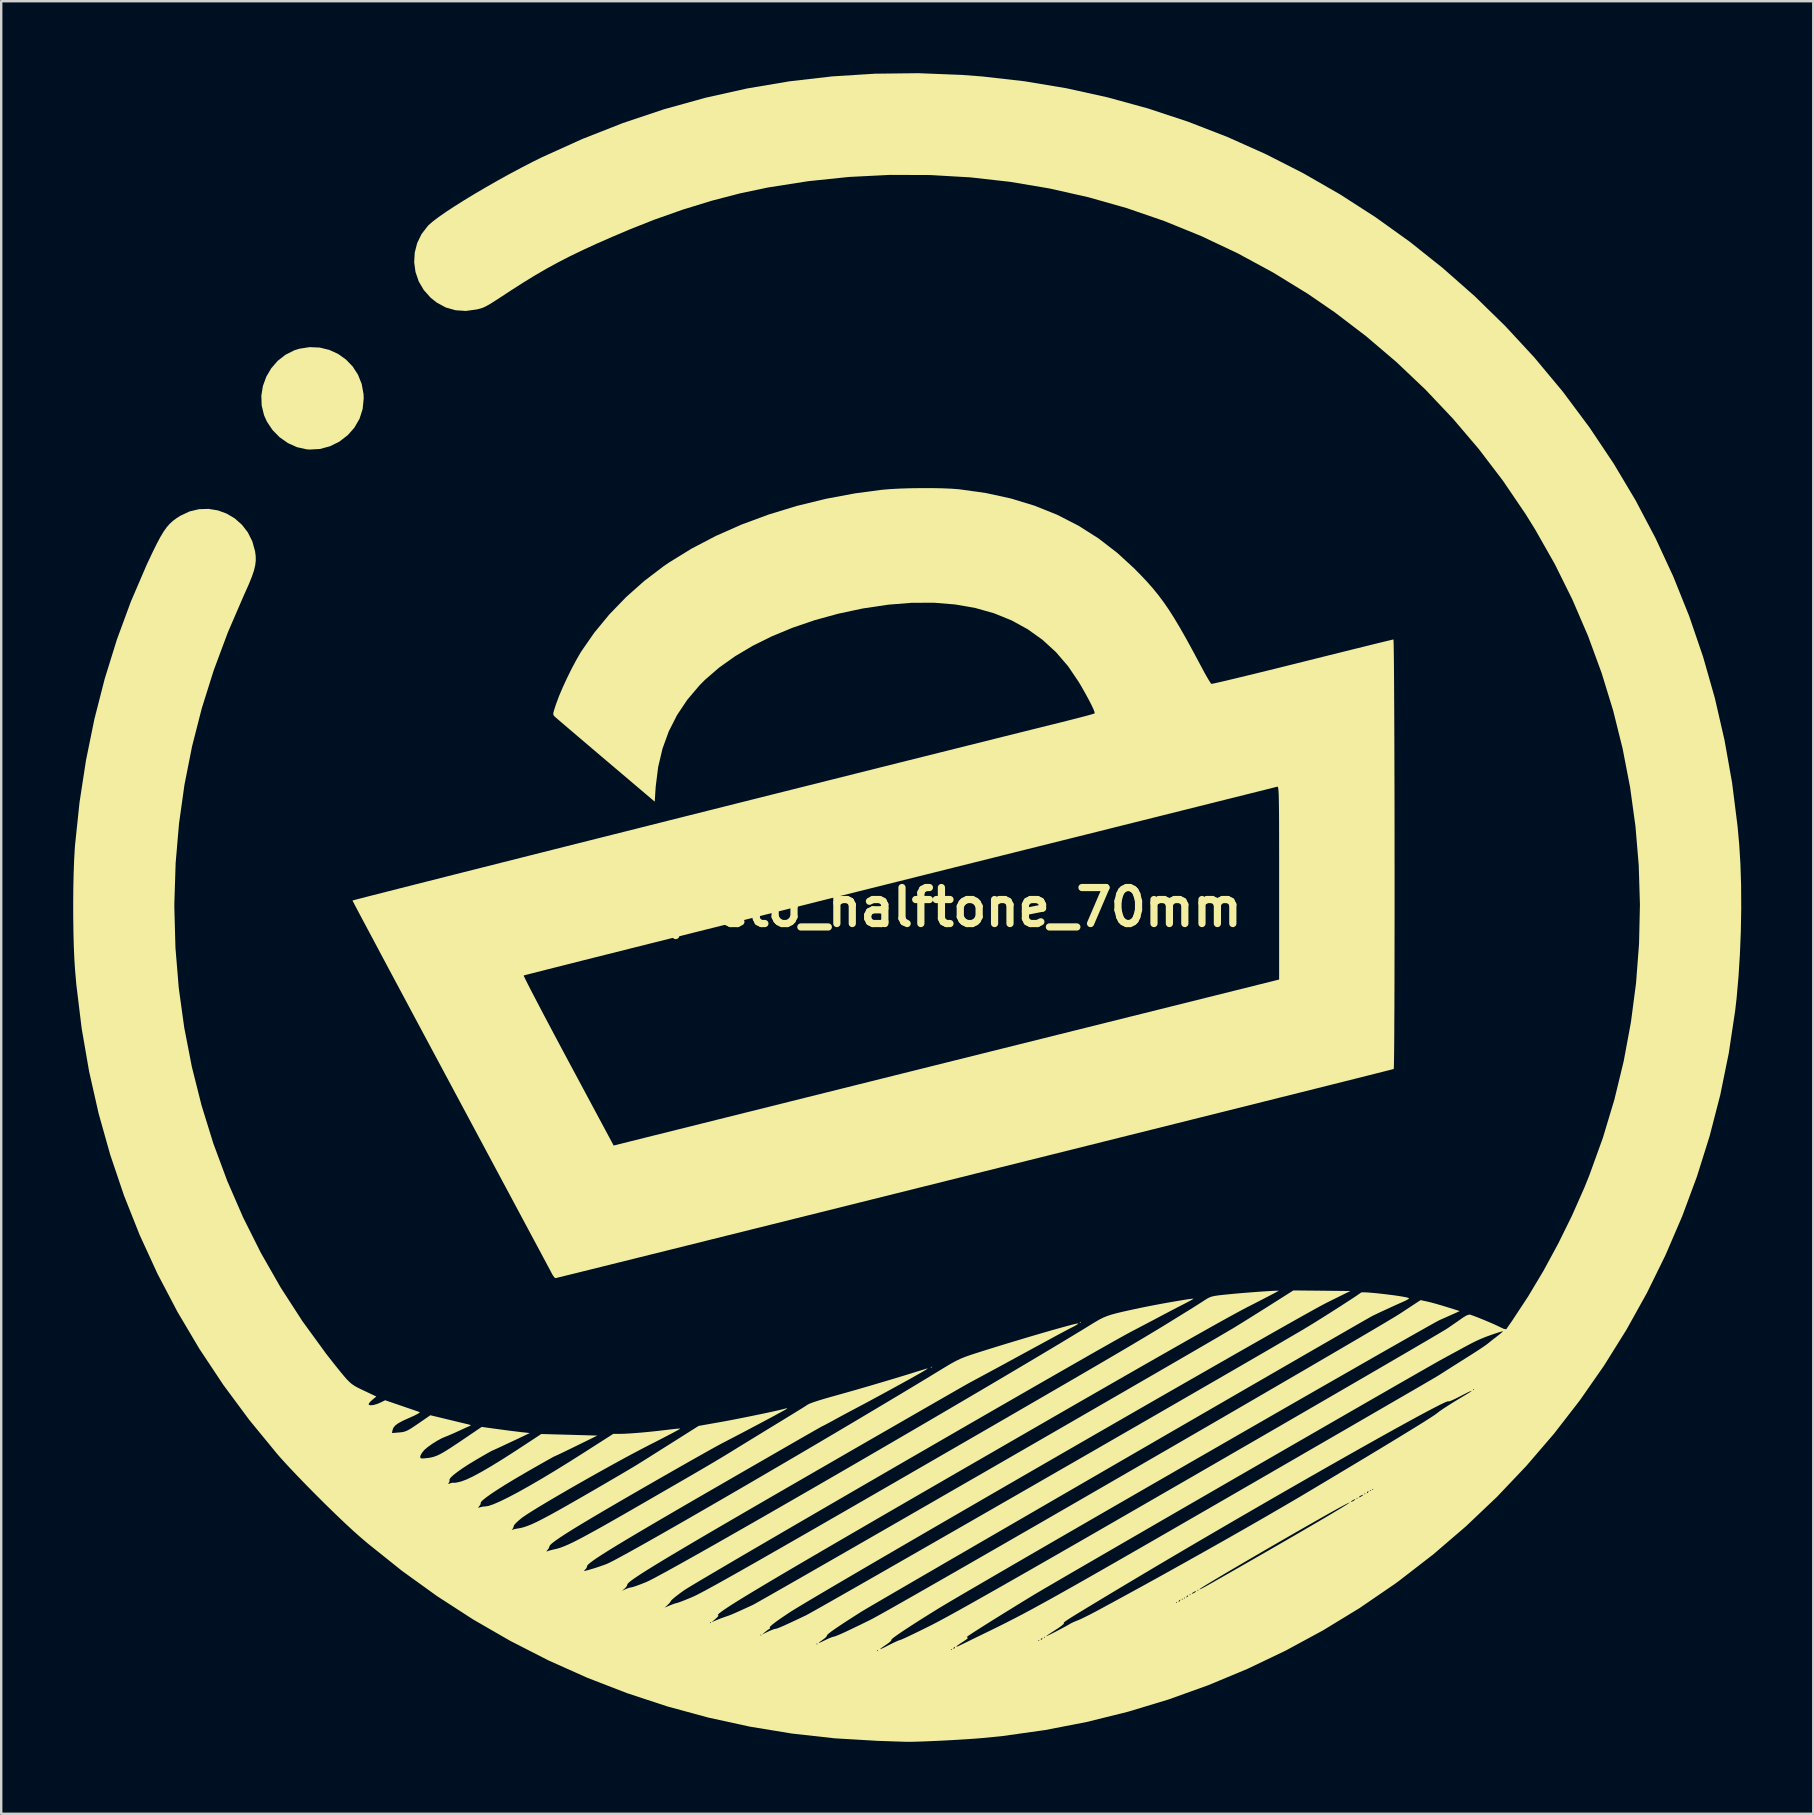
<source format=kicad_pcb>
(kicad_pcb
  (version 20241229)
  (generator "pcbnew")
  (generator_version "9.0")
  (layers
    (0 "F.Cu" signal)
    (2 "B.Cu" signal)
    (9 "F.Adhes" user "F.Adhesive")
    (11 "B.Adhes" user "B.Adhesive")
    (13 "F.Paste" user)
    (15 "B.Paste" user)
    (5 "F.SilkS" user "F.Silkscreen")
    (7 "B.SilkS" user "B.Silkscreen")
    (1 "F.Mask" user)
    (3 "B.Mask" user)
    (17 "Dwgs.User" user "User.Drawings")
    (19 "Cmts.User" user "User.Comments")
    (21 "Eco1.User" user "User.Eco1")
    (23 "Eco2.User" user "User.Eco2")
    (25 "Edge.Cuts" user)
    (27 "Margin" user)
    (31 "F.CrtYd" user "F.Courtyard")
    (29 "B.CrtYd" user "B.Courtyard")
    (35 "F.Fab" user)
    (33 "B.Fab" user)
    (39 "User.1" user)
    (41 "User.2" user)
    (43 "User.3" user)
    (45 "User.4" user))
  (footprint "HL_picto_halftone_70mm"
    (layer "F.Cu")
    (at 34.751 34.756)
    (property "Reference" "HL_picto_halftone_70mm" (at 0 0 0) (layer "F.SilkS") (effects (font (size 1.5 1.5) (thickness 0.3))))
    (attr board_only exclude_from_pos_files exclude_from_bom)
    (fp_poly (pts (xy 1.027 19.167) (xy 1.004 19.19) (xy 0.981 19.167) (xy 1.004 19.143)) (stroke (width 0) (type solid)) (fill yes) (layer "F.SilkS"))
    (fp_poly (pts (xy 7.237 17.299) (xy 7.214 17.322) (xy 7.19 17.299) (xy 7.214 17.276)) (stroke (width 0) (type solid)) (fill yes) (layer "F.SilkS"))
    (fp_poly (pts (xy -24.48 -23.323) (xy -24.081 -23.226) (xy -23.713 -23.058) (xy -23.385 -22.824) (xy -23.105 -22.534) (xy -22.884 -22.193) (xy -22.73 -21.808) (xy -22.653 -21.388) (xy -22.645 -21.206) (xy -22.689 -20.764) (xy -22.82 -20.354) (xy -23.037 -19.981) (xy -23.31 -19.673) (xy -23.661 -19.402) (xy -24.052 -19.209) (xy -24.471 -19.097) (xy -24.903 -19.073) (xy -25.026 -19.083) (xy -25.426 -19.172) (xy -25.804 -19.343) (xy -26.149 -19.585) (xy -26.445 -19.887) (xy -26.679 -20.237) (xy -26.798 -20.503) (xy -26.897 -20.909) (xy -26.911 -21.32) (xy -26.845 -21.723) (xy -26.705 -22.106) (xy -26.499 -22.458) (xy -26.232 -22.766) (xy -25.91 -23.02) (xy -25.539 -23.207) (xy -25.332 -23.273) (xy -24.9 -23.341)) (stroke (width 0) (type solid)) (fill yes) (layer "F.SilkS"))
    (fp_poly (pts (xy 1.035 -17.466) (xy 1.466 -17.458) (xy 1.85 -17.442) (xy 2.164 -17.418) (xy 2.171 -17.417) (xy 3.274 -17.263) (xy 4.32 -17.035) (xy 5.31 -16.733) (xy 6.248 -16.356) (xy 7.134 -15.903) (xy 7.97 -15.373) (xy 8.758 -14.766) (xy 9.457 -14.124) (xy 9.747 -13.829) (xy 10.01 -13.55) (xy 10.251 -13.275) (xy 10.478 -12.996) (xy 10.697 -12.702) (xy 10.915 -12.384) (xy 11.139 -12.031) (xy 11.375 -11.635) (xy 11.631 -11.185) (xy 11.912 -10.671) (xy 12.226 -10.083) (xy 12.259 -10.022) (xy 12.383 -9.79) (xy 12.496 -9.589) (xy 12.589 -9.433) (xy 12.654 -9.334) (xy 12.678 -9.308) (xy 12.731 -9.316) (xy 12.867 -9.345) (xy 13.08 -9.394) (xy 13.363 -9.46) (xy 13.71 -9.543) (xy 14.113 -9.641) (xy 14.566 -9.751) (xy 15.063 -9.873) (xy 15.595 -10.004) (xy 16.156 -10.144) (xy 16.474 -10.223) (xy 17.049 -10.367) (xy 17.598 -10.504) (xy 18.114 -10.632) (xy 18.591 -10.751) (xy 19.022 -10.857) (xy 19.4 -10.951) (xy 19.718 -11.029) (xy 19.97 -11.09) (xy 20.148 -11.133) (xy 20.246 -11.156) (xy 20.264 -11.159) (xy 20.268 -11.113) (xy 20.273 -10.98) (xy 20.277 -10.764) (xy 20.281 -10.471) (xy 20.285 -10.107) (xy 20.289 -9.677) (xy 20.292 -9.186) (xy 20.295 -8.641) (xy 20.298 -8.046) (xy 20.301 -7.408) (xy 20.303 -6.731) (xy 20.305 -6.022) (xy 20.307 -5.285) (xy 20.309 -4.526) (xy 20.31 -3.752) (xy 20.311 -2.966) (xy 20.311 -2.175) (xy 20.312 -1.384) (xy 20.312 -0.6) (xy 20.312 0.174) (xy 20.311 0.931) (xy 20.31 1.666) (xy 20.309 2.372) (xy 20.308 3.046) (xy 20.306 3.681) (xy 20.304 4.271) (xy 20.301 4.812) (xy 20.299 5.297) (xy 20.296 5.721) (xy 20.292 6.08) (xy 20.288 6.366) (xy 20.284 6.575) (xy 20.28 6.701) (xy 20.276 6.739) (xy 20.228 6.752) (xy 20.094 6.786) (xy 19.876 6.841) (xy 19.579 6.916) (xy 19.207 7.01) (xy 18.763 7.122) (xy 18.251 7.25) (xy 17.675 7.395) (xy 17.039 7.554) (xy 16.345 7.728) (xy 15.599 7.914) (xy 14.804 8.113) (xy 13.964 8.323) (xy 13.082 8.544) (xy 12.162 8.774) (xy 11.209 9.012) (xy 10.225 9.258) (xy 9.214 9.51) (xy 8.181 9.768) (xy 7.129 10.031) (xy 6.063 10.297) (xy 4.984 10.566) (xy 3.898 10.837) (xy 2.809 11.109) (xy 1.719 11.381) (xy 0.633 11.652) (xy -0.445 11.921) (xy -1.512 12.187) (xy -2.564 12.449) (xy -3.596 12.707) (xy -4.607 12.958) (xy -5.591 13.204) (xy -6.544 13.441) (xy -7.464 13.67) (xy -8.346 13.89) (xy -9.186 14.099) (xy -9.981 14.297) (xy -10.727 14.482) (xy -11.42 14.655) (xy -12.057 14.813) (xy -12.633 14.956) (xy -13.145 15.083) (xy -13.588 15.193) (xy -13.961 15.285) (xy -14.257 15.358) (xy -14.475 15.411) (xy -14.609 15.444) (xy -14.656 15.455) (xy -14.706 15.417) (xy -14.772 15.322) (xy -14.796 15.28) (xy -14.827 15.221) (xy -14.899 15.084) (xy -15.012 14.873) (xy -15.162 14.593) (xy -15.347 14.246) (xy -15.566 13.838) (xy -15.815 13.373) (xy -16.092 12.855) (xy -16.396 12.287) (xy -16.724 11.675) (xy -17.074 11.022) (xy -17.443 10.332) (xy -17.83 9.61) (xy -18.232 8.86) (xy -18.647 8.085) (xy -18.999 7.428) (xy -19.421 6.639) (xy -19.832 5.873) (xy -20.228 5.132) (xy -20.609 4.421) (xy -20.97 3.745) (xy -21.311 3.107) (xy -21.452 2.844) (xy -15.978 2.844) (xy -15.962 2.888) (xy -15.904 3.009) (xy -15.808 3.2) (xy -15.678 3.455) (xy -15.515 3.768) (xy -15.324 4.134) (xy -15.108 4.546) (xy -14.869 4.997) (xy -14.611 5.483) (xy -14.337 5.998) (xy -14.121 6.401) (xy -12.23 9.929) (xy 1.635 6.47) (xy 15.501 3.012) (xy 15.501 -1.019) (xy 15.501 -1.725) (xy 15.501 -2.344) (xy 15.5 -2.881) (xy 15.499 -3.342) (xy 15.498 -3.733) (xy 15.495 -4.059) (xy 15.492 -4.325) (xy 15.488 -4.539) (xy 15.483 -4.705) (xy 15.476 -4.829) (xy 15.469 -4.918) (xy 15.46 -4.976) (xy 15.449 -5.009) (xy 15.437 -5.024) (xy 15.423 -5.025) (xy 15.42 -5.024) (xy 15.369 -5.011) (xy 15.23 -4.976) (xy 15.008 -4.92) (xy 14.705 -4.844) (xy 14.324 -4.749) (xy 13.87 -4.635) (xy 13.344 -4.504) (xy 12.751 -4.355) (xy 12.094 -4.191) (xy 11.375 -4.011) (xy 10.599 -3.817) (xy 9.768 -3.609) (xy 8.886 -3.389) (xy 7.957 -3.156) (xy 6.982 -2.913) (xy 5.967 -2.659) (xy 4.913 -2.396) (xy 3.825 -2.124) (xy 2.705 -1.844) (xy 1.557 -1.557) (xy 0.384 -1.264) (xy -0.303 -1.092) (xy -1.489 -0.796) (xy -2.651 -0.506) (xy -3.786 -0.222) (xy -4.892 0.055) (xy -5.964 0.323) (xy -7.001 0.582) (xy -7.997 0.832) (xy -8.951 1.071) (xy -9.859 1.299) (xy -10.717 1.514) (xy -11.523 1.716) (xy -12.273 1.905) (xy -12.963 2.078) (xy -13.591 2.236) (xy -14.153 2.378) (xy -14.646 2.503) (xy -15.067 2.609) (xy -15.412 2.697) (xy -15.679 2.765) (xy -15.863 2.812) (xy -15.961 2.838) (xy -15.978 2.844) (xy -21.452 2.844) (xy -21.63 2.511) (xy -21.923 1.961) (xy -22.189 1.462) (xy -22.426 1.017) (xy -22.632 0.631) (xy -22.804 0.308) (xy -22.94 0.051) (xy -23.038 -0.136) (xy -23.096 -0.247) (xy -23.112 -0.28) (xy -23.067 -0.293) (xy -22.936 -0.328) (xy -22.722 -0.384) (xy -22.43 -0.459) (xy -22.062 -0.553) (xy -21.624 -0.664) (xy -21.119 -0.793) (xy -20.552 -0.937) (xy -19.925 -1.095) (xy -19.243 -1.268) (xy -18.511 -1.453) (xy -17.731 -1.65) (xy -16.909 -1.857) (xy -16.047 -2.075) (xy -15.15 -2.301) (xy -14.222 -2.535) (xy -13.267 -2.775) (xy -12.289 -3.021) (xy -11.291 -3.272) (xy -10.279 -3.527) (xy -9.254 -3.785) (xy -8.223 -4.044) (xy -7.188 -4.304) (xy -6.153 -4.564) (xy -5.124 -4.822) (xy -4.102 -5.078) (xy -3.093 -5.331) (xy -2.101 -5.58) (xy -1.129 -5.824) (xy -0.181 -6.061) (xy 0.739 -6.291) (xy 1.626 -6.513) (xy 2.477 -6.726) (xy 3.288 -6.928) (xy 4.055 -7.12) (xy 4.774 -7.299) (xy 5.44 -7.465) (xy 6.051 -7.617) (xy 6.327 -7.685) (xy 6.681 -7.774) (xy 7.006 -7.857) (xy 7.292 -7.931) (xy 7.526 -7.993) (xy 7.698 -8.041) (xy 7.796 -8.072) (xy 7.814 -8.08) (xy 7.81 -8.135) (xy 7.762 -8.258) (xy 7.677 -8.438) (xy 7.56 -8.664) (xy 7.417 -8.926) (xy 7.255 -9.211) (xy 7.152 -9.385) (xy 6.707 -10.044) (xy 6.203 -10.63) (xy 5.641 -11.145) (xy 5.023 -11.586) (xy 4.35 -11.955) (xy 3.622 -12.25) (xy 2.841 -12.471) (xy 2.007 -12.617) (xy 1.123 -12.69) (xy 0.188 -12.687) (xy -0.795 -12.608) (xy -1.826 -12.454) (xy -1.872 -12.446) (xy -2.881 -12.23) (xy -3.848 -11.964) (xy -4.767 -11.651) (xy -5.632 -11.293) (xy -6.436 -10.895) (xy -7.172 -10.458) (xy -7.836 -9.986) (xy -8.419 -9.482) (xy -8.654 -9.245) (xy -9.164 -8.643) (xy -9.59 -8.005) (xy -9.933 -7.329) (xy -10.194 -6.611) (xy -10.375 -5.846) (xy -10.477 -5.033) (xy -10.485 -4.92) (xy -10.518 -4.401) (xy -12.555 -6.128) (xy -12.932 -6.448) (xy -13.289 -6.752) (xy -13.621 -7.034) (xy -13.919 -7.288) (xy -14.178 -7.509) (xy -14.391 -7.691) (xy -14.551 -7.828) (xy -14.652 -7.915) (xy -14.684 -7.944) (xy -14.724 -7.986) (xy -14.745 -8.031) (xy -14.743 -8.096) (xy -14.716 -8.202) (xy -14.663 -8.367) (xy -14.621 -8.491) (xy -14.506 -8.8) (xy -14.352 -9.161) (xy -14.174 -9.548) (xy -13.983 -9.935) (xy -13.791 -10.296) (xy -13.613 -10.605) (xy -13.588 -10.646) (xy -13.041 -11.436) (xy -12.413 -12.198) (xy -11.714 -12.922) (xy -10.953 -13.598) (xy -10.143 -14.215) (xy -9.922 -14.366) (xy -8.984 -14.944) (xy -7.974 -15.472) (xy -6.901 -15.947) (xy -5.774 -16.364) (xy -4.601 -16.723) (xy -3.392 -17.019) (xy -2.153 -17.25) (xy -1.051 -17.396) (xy -0.718 -17.424) (xy -0.32 -17.446) (xy 0.119 -17.46) (xy 0.578 -17.466)) (stroke (width 0) (type solid)) (fill yes) (layer "F.SilkS"))
    (fp_poly (pts (xy 2.287 -34.684) (xy 3.128 -34.62) (xy 4.89 -34.42) (xy 6.632 -34.129) (xy 8.353 -33.749) (xy 10.048 -33.283) (xy 11.715 -32.731) (xy 13.351 -32.096) (xy 14.952 -31.379) (xy 16.516 -30.582) (xy 18.038 -29.707) (xy 19.516 -28.756) (xy 20.947 -27.73) (xy 22.327 -26.63) (xy 23.654 -25.46) (xy 24.923 -24.22) (xy 26.133 -22.912) (xy 27.279 -21.538) (xy 27.358 -21.438) (xy 28.438 -19.988) (xy 29.436 -18.496) (xy 30.351 -16.962) (xy 31.182 -15.387) (xy 31.929 -13.774) (xy 32.591 -12.124) (xy 33.167 -10.438) (xy 33.657 -8.718) (xy 34.06 -6.966) (xy 34.377 -5.182) (xy 34.605 -3.368) (xy 34.673 -2.615) (xy 34.724 -1.787) (xy 34.752 -0.892) (xy 34.757 0.048) (xy 34.74 1.012) (xy 34.701 1.976) (xy 34.641 2.919) (xy 34.561 3.817) (xy 34.503 4.319) (xy 34.237 6.084) (xy 33.882 7.825) (xy 33.439 9.539) (xy 32.91 11.224) (xy 32.297 12.876) (xy 31.602 14.493) (xy 30.827 16.071) (xy 29.972 17.608) (xy 29.04 19.1) (xy 28.033 20.546) (xy 26.952 21.941) (xy 25.799 23.283) (xy 24.577 24.57) (xy 23.285 25.797) (xy 21.927 26.963) (xy 20.504 28.064) (xy 20.311 28.205) (xy 18.85 29.205) (xy 17.339 30.127) (xy 15.782 30.971) (xy 14.185 31.735) (xy 12.551 32.416) (xy 10.886 33.014) (xy 9.193 33.526) (xy 7.477 33.951) (xy 5.743 34.287) (xy 3.996 34.533) (xy 3.128 34.62) (xy 2.851 34.642) (xy 2.522 34.665) (xy 2.159 34.688) (xy 1.776 34.71) (xy 1.389 34.73) (xy 1.016 34.747) (xy 0.67 34.761) (xy 0.369 34.771) (xy 0.128 34.777) (xy -0.037 34.777) (xy -0.047 34.776) (xy -0.157 34.772) (xy -0.343 34.766) (xy -0.587 34.758) (xy -0.87 34.748) (xy -1.176 34.738) (xy -1.237 34.736) (xy -3.027 34.63) (xy -4.8 34.432) (xy -6.554 34.144) (xy -8.286 33.766) (xy -9.994 33.301) (xy -11.674 32.748) (xy -13.325 32.109) (xy -14.944 31.385) (xy -15.737 30.98) (xy -1.261 30.98) (xy -1.237 31.003) (xy -1.214 30.98) (xy -1.237 30.956) (xy -1.261 30.98) (xy -15.737 30.98) (xy -15.829 30.933) (xy 1.821 30.933) (xy 1.844 30.956) (xy 1.868 30.933) (xy 1.844 30.91) (xy 1.821 30.933) (xy -15.829 30.933) (xy -16.286 30.699) (xy -3.782 30.699) (xy -3.759 30.723) (xy -3.735 30.699) (xy -3.759 30.676) (xy -3.782 30.699) (xy -16.286 30.699) (xy -16.527 30.576) (xy -16.962 30.326) (xy -6.117 30.326) (xy -6.093 30.349) (xy -6.07 30.326) (xy -6.093 30.303) (xy -6.117 30.326) (xy -16.962 30.326) (xy -17.853 29.812) (xy -8.218 29.812) (xy -8.194 29.836) (xy -8.171 29.812) (xy -8.194 29.789) (xy -8.218 29.812) (xy -17.853 29.812) (xy -18.074 29.685) (xy -19.58 28.711) (xy -21.045 27.656) (xy -22.464 26.521) (xy -22.785 26.247) (xy -23.083 25.983) (xy -23.429 25.662) (xy -23.81 25.299) (xy -24.213 24.907) (xy -24.623 24.499) (xy -25.027 24.09) (xy -25.412 23.692) (xy -25.764 23.32) (xy -26.07 22.987) (xy -26.247 22.785) (xy -27.413 21.364) (xy -28.496 19.901) (xy -29.494 18.398) (xy -30.407 16.857) (xy -31.236 15.277) (xy -31.979 13.66) (xy -32.636 12.007) (xy -33.206 10.319) (xy -33.691 8.596) (xy -34.088 6.841) (xy -34.397 5.053) (xy -34.619 3.235) (xy -34.673 2.615) (xy -34.703 2.158) (xy -34.726 1.63) (xy -34.741 1.049) (xy -34.75 0.436) (xy -34.751 -0.189) (xy -34.746 -0.808) (xy -34.733 -1.401) (xy -34.713 -1.947) (xy -34.686 -2.427) (xy -34.674 -2.591) (xy -34.487 -4.371) (xy -34.218 -6.122) (xy -33.868 -7.838) (xy -33.439 -9.516) (xy -32.931 -11.152) (xy -32.346 -12.741) (xy -31.685 -14.279) (xy -31.64 -14.375) (xy -31.441 -14.797) (xy -31.27 -15.143) (xy -31.121 -15.424) (xy -30.985 -15.651) (xy -30.856 -15.833) (xy -30.727 -15.981) (xy -30.589 -16.106) (xy -30.436 -16.218) (xy -30.285 -16.314) (xy -29.901 -16.494) (xy -29.506 -16.588) (xy -29.11 -16.601) (xy -28.723 -16.538) (xy -28.356 -16.404) (xy -28.019 -16.203) (xy -27.721 -15.941) (xy -27.474 -15.622) (xy -27.288 -15.251) (xy -27.172 -14.834) (xy -27.172 -14.834) (xy -27.146 -14.636) (xy -27.143 -14.446) (xy -27.166 -14.25) (xy -27.218 -14.032) (xy -27.304 -13.779) (xy -27.426 -13.476) (xy -27.59 -13.108) (xy -27.626 -13.03) (xy -28.307 -11.452) (xy -28.895 -9.874) (xy -29.392 -8.293) (xy -29.798 -6.703) (xy -30.115 -5.101) (xy -30.342 -3.482) (xy -30.482 -1.844) (xy -30.535 -0.18) (xy -30.536 0.012) (xy -30.49 1.692) (xy -30.352 3.361) (xy -30.124 5.014) (xy -29.807 6.647) (xy -29.402 8.258) (xy -28.911 9.843) (xy -28.334 11.398) (xy -27.673 12.92) (xy -26.929 14.405) (xy -26.103 15.85) (xy -25.197 17.251) (xy -24.212 18.604) (xy -23.895 19.008) (xy -23.676 19.282) (xy -23.503 19.493) (xy -23.364 19.655) (xy -23.245 19.777) (xy -23.135 19.871) (xy -23.021 19.948) (xy -22.891 20.02) (xy -22.732 20.098) (xy -22.637 20.143) (xy -22.119 20.387) (xy -22.294 20.531) (xy -22.39 20.624) (xy -22.439 20.7) (xy -22.439 20.725) (xy -22.37 20.754) (xy -22.243 20.743) (xy -22.079 20.696) (xy -21.93 20.632) (xy -21.752 20.543) (xy -21.066 20.778) (xy -20.825 20.861) (xy -20.611 20.934) (xy -20.443 20.992) (xy -20.337 21.029) (xy -20.312 21.038) (xy -20.323 21.065) (xy -20.409 21.118) (xy -20.555 21.192) (xy -20.727 21.268) (xy -21.002 21.392) (xy -21.199 21.497) (xy -21.331 21.594) (xy -21.409 21.691) (xy -21.445 21.791) (xy -21.467 21.91) (xy -21.172 21.886) (xy -21.045 21.873) (xy -20.938 21.849) (xy -20.83 21.806) (xy -20.701 21.735) (xy -20.532 21.624) (xy -20.372 21.516) (xy -19.867 21.168) (xy -19.12 21.348) (xy -18.86 21.411) (xy -18.624 21.468) (xy -18.432 21.514) (xy -18.3 21.545) (xy -18.256 21.556) (xy -18.185 21.581) (xy -18.204 21.606) (xy -18.21 21.608) (xy -18.28 21.638) (xy -18.413 21.697) (xy -18.587 21.777) (xy -18.7 21.829) (xy -18.893 21.917) (xy -19.067 21.993) (xy -19.195 22.046) (xy -19.237 22.061) (xy -19.391 22.126) (xy -19.587 22.233) (xy -19.793 22.362) (xy -19.979 22.495) (xy -20.116 22.612) (xy -20.121 22.617) (xy -20.217 22.735) (xy -20.278 22.845) (xy -20.289 22.884) (xy -20.286 22.939) (xy -20.255 22.965) (xy -20.173 22.969) (xy -20.021 22.955) (xy -20.019 22.955) (xy -19.876 22.936) (xy -19.743 22.905) (xy -19.606 22.857) (xy -19.453 22.785) (xy -19.271 22.682) (xy -19.048 22.542) (xy -18.77 22.359) (xy -18.538 22.203) (xy -17.728 21.654) (xy -17.023 21.751) (xy -16.748 21.788) (xy -16.479 21.823) (xy -16.241 21.852) (xy -16.061 21.874) (xy -16.021 21.878) (xy -15.723 21.909) (xy -15.997 22.04) (xy -16.218 22.145) (xy -16.453 22.256) (xy -16.686 22.365) (xy -16.901 22.466) (xy -17.084 22.55) (xy -17.219 22.612) (xy -17.29 22.643) (xy -17.297 22.645) (xy -17.34 22.667) (xy -17.45 22.729) (xy -17.613 22.822) (xy -17.814 22.938) (xy -17.956 23.021) (xy -18.256 23.202) (xy -18.522 23.375) (xy -18.746 23.533) (xy -18.919 23.669) (xy -19.031 23.777) (xy -19.073 23.85) (xy -19.07 23.865) (xy -19.072 23.934) (xy -19.1 23.979) (xy -19.129 24.025) (xy -19.093 24.023) (xy -19.038 24.004) (xy -18.943 23.978) (xy -18.896 23.982) (xy -18.842 23.983) (xy -18.724 23.962) (xy -18.576 23.925) (xy -18.367 23.848) (xy -18.087 23.716) (xy -17.739 23.528) (xy -17.327 23.288) (xy -16.851 22.995) (xy -16.316 22.653) (xy -16.155 22.547) (xy -15.245 21.95) (xy -14.077 21.982) (xy -12.91 22.015) (xy -13.789 22.447) (xy -14.052 22.575) (xy -14.286 22.689) (xy -14.478 22.781) (xy -14.616 22.845) (xy -14.687 22.877) (xy -14.693 22.879) (xy -14.738 22.901) (xy -14.854 22.965) (xy -15.03 23.064) (xy -15.257 23.192) (xy -15.525 23.345) (xy -15.824 23.516) (xy -15.953 23.591) (xy -16.366 23.833) (xy -16.738 24.058) (xy -17.062 24.263) (xy -17.333 24.442) (xy -17.545 24.593) (xy -17.691 24.712) (xy -17.765 24.793) (xy -17.77 24.828) (xy -17.776 24.878) (xy -17.824 24.947) (xy -17.877 25.012) (xy -17.858 25.022) (xy -17.789 25.001) (xy -17.667 24.974) (xy -17.591 24.969) (xy -17.451 24.949) (xy -17.239 24.877) (xy -16.96 24.756) (xy -16.617 24.588) (xy -16.215 24.376) (xy -15.759 24.121) (xy -15.251 23.826) (xy -14.697 23.494) (xy -14.101 23.126) (xy -13.467 22.725) (xy -13.442 22.709) (xy -12.247 21.945) (xy -11.972 21.944) (xy -11.748 21.938) (xy -11.453 21.92) (xy -11.107 21.893) (xy -10.733 21.858) (xy -10.351 21.817) (xy -10.021 21.778) (xy -9.805 21.752) (xy -9.626 21.733) (xy -9.501 21.723) (xy -9.45 21.724) (xy -9.45 21.724) (xy -9.486 21.749) (xy -9.595 21.81) (xy -9.768 21.903) (xy -9.996 22.023) (xy -10.267 22.164) (xy -10.574 22.321) (xy -10.751 22.411) (xy -11.095 22.589) (xy -11.481 22.793) (xy -11.901 23.02) (xy -12.345 23.264) (xy -12.803 23.518) (xy -13.267 23.779) (xy -13.726 24.039) (xy -14.171 24.295) (xy -14.593 24.54) (xy -14.982 24.769) (xy -15.329 24.977) (xy -15.624 25.159) (xy -15.858 25.308) (xy -16.022 25.42) (xy -16.05 25.441) (xy -16.2 25.564) (xy -16.316 25.673) (xy -16.38 25.752) (xy -16.389 25.774) (xy -16.419 25.871) (xy -16.447 25.911) (xy -16.48 25.954) (xy -16.448 25.942) (xy -16.362 25.912) (xy -16.253 25.892) (xy -16.121 25.87) (xy -15.981 25.835) (xy -15.826 25.783) (xy -15.646 25.711) (xy -15.436 25.613) (xy -15.186 25.487) (xy -14.889 25.329) (xy -14.537 25.135) (xy -14.122 24.901) (xy -13.637 24.623) (xy -13.54 24.568) (xy -13.137 24.335) (xy -12.742 24.106) (xy -12.367 23.887) (xy -12.021 23.685) (xy -11.717 23.506) (xy -11.464 23.356) (xy -11.274 23.242) (xy -11.183 23.185) (xy -11.008 23.076) (xy -10.772 22.928) (xy -10.494 22.752) (xy -10.19 22.56) (xy -9.878 22.364) (xy -9.702 22.253) (xy -8.689 21.613) (xy -7.788 21.453) (xy -7.516 21.404) (xy -7.204 21.344) (xy -6.867 21.278) (xy -6.52 21.208) (xy -6.178 21.137) (xy -5.856 21.07) (xy -5.568 21.008) (xy -5.332 20.954) (xy -5.16 20.913) (xy -5.08 20.891) (xy -5.011 20.879) (xy -4.996 20.886) (xy -5.036 20.913) (xy -5.15 20.978) (xy -5.328 21.076) (xy -5.562 21.203) (xy -5.842 21.353) (xy -6.159 21.522) (xy -6.505 21.705) (xy -6.869 21.897) (xy -7.244 22.093) (xy -7.619 22.288) (xy -7.681 22.319) (xy -7.831 22.4) (xy -8.054 22.522) (xy -8.341 22.682) (xy -8.684 22.875) (xy -9.074 23.095) (xy -9.503 23.339) (xy -9.963 23.601) (xy -10.445 23.877) (xy -10.941 24.162) (xy -11.276 24.355) (xy -11.953 24.747) (xy -12.551 25.096) (xy -13.074 25.404) (xy -13.524 25.673) (xy -13.905 25.905) (xy -14.22 26.102) (xy -14.471 26.266) (xy -14.662 26.399) (xy -14.797 26.502) (xy -14.877 26.578) (xy -14.907 26.63) (xy -14.907 26.637) (xy -14.93 26.705) (xy -14.98 26.774) (xy -15.031 26.837) (xy -15.015 26.845) (xy -14.965 26.826) (xy -14.858 26.793) (xy -14.714 26.758) (xy -14.684 26.752) (xy -14.568 26.724) (xy -14.438 26.684) (xy -14.291 26.628) (xy -14.119 26.554) (xy -13.916 26.458) (xy -13.677 26.337) (xy -13.395 26.188) (xy -13.065 26.007) (xy -12.679 25.793) (xy -12.233 25.54) (xy -11.72 25.247) (xy -11.134 24.909) (xy -11.013 24.84) (xy -10.448 24.513) (xy -9.956 24.229) (xy -9.53 23.983) (xy -9.162 23.77) (xy -8.845 23.586) (xy -8.572 23.427) (xy -8.334 23.287) (xy -8.124 23.164) (xy -7.935 23.051) (xy -7.759 22.946) (xy -7.588 22.843) (xy -7.416 22.738) (xy -7.234 22.626) (xy -7.074 22.527) (xy -6.864 22.398) (xy -6.599 22.236) (xy -6.302 22.054) (xy -5.998 21.868) (xy -5.743 21.712) (xy -5.356 21.476) (xy -5.04 21.283) (xy -4.787 21.128) (xy -4.589 21.006) (xy -4.437 20.912) (xy -4.323 20.841) (xy -4.238 20.787) (xy -4.175 20.745) (xy -4.143 20.723) (xy -4.057 20.682) (xy -3.898 20.623) (xy -3.683 20.553) (xy -3.428 20.475) (xy -3.162 20.4) (xy -2.684 20.266) (xy -2.148 20.114) (xy -1.58 19.949) (xy -1.011 19.781) (xy -0.466 19.618) (xy 0.024 19.469) (xy 0.159 19.427) (xy 0.385 19.356) (xy 0.588 19.294) (xy 0.747 19.245) (xy 0.838 19.218) (xy 0.84 19.218) (xy 0.85 19.225) (xy 0.778 19.275) (xy 0.624 19.367) (xy 0.389 19.501) (xy 0.074 19.678) (xy -0.32 19.895) (xy -0.35 19.911) (xy -0.736 20.123) (xy -1.057 20.298) (xy -1.327 20.444) (xy -1.563 20.572) (xy -1.78 20.688) (xy -1.995 20.802) (xy -2.124 20.871) (xy -2.38 21.006) (xy -2.652 21.152) (xy -2.906 21.289) (xy -3.093 21.392) (xy -3.268 21.487) (xy -3.41 21.563) (xy -3.501 21.609) (xy -3.524 21.618) (xy -3.567 21.641) (xy -3.685 21.708) (xy -3.874 21.815) (xy -4.128 21.96) (xy -4.442 22.14) (xy -4.811 22.352) (xy -5.23 22.593) (xy -5.693 22.86) (xy -6.196 23.15) (xy -6.734 23.459) (xy -7.3 23.786) (xy -7.89 24.127) (xy -8.024 24.204) (xy -8.827 24.668) (xy -9.551 25.088) (xy -10.201 25.467) (xy -10.779 25.806) (xy -11.289 26.107) (xy -11.734 26.372) (xy -12.116 26.603) (xy -12.44 26.802) (xy -12.709 26.972) (xy -12.926 27.113) (xy -13.093 27.229) (xy -13.215 27.321) (xy -13.295 27.391) (xy -13.335 27.441) (xy -13.341 27.47) (xy -13.36 27.535) (xy -13.42 27.602) (xy -13.464 27.642) (xy -13.459 27.656) (xy -13.392 27.645) (xy -13.251 27.608) (xy -13.214 27.597) (xy -13.016 27.538) (xy -12.78 27.46) (xy -12.554 27.379) (xy -12.536 27.372) (xy -12.42 27.32) (xy -12.229 27.223) (xy -11.968 27.083) (xy -11.641 26.905) (xy -11.254 26.69) (xy -10.812 26.442) (xy -10.319 26.163) (xy -9.781 25.856) (xy -9.202 25.525) (xy -8.588 25.171) (xy -7.943 24.799) (xy -7.272 24.41) (xy -6.581 24.009) (xy -5.874 23.596) (xy -5.157 23.177) (xy -4.433 22.753) (xy -3.709 22.327) (xy -2.989 21.902) (xy -2.278 21.481) (xy -1.582 21.067) (xy -0.904 20.663) (xy -0.25 20.272) (xy 0.375 19.896) (xy 0.966 19.539) (xy 1.517 19.203) (xy 1.789 19.04) (xy 2.012 18.916) (xy 2.217 18.817) (xy 2.432 18.73) (xy 2.687 18.641) (xy 2.895 18.574) (xy 3.34 18.433) (xy 3.798 18.291) (xy 4.259 18.15) (xy 4.715 18.013) (xy 5.156 17.881) (xy 5.575 17.758) (xy 5.962 17.646) (xy 6.309 17.548) (xy 6.607 17.466) (xy 6.846 17.402) (xy 7.019 17.36) (xy 7.116 17.342) (xy 7.134 17.343) (xy 7.106 17.373) (xy 7.016 17.429) (xy 6.909 17.487) (xy 6.796 17.544) (xy 6.679 17.605) (xy 6.542 17.678) (xy 6.37 17.77) (xy 6.147 17.89) (xy 5.86 18.046) (xy 5.614 18.18) (xy 5.337 18.33) (xy 5.05 18.486) (xy 4.773 18.637) (xy 4.526 18.771) (xy 4.33 18.878) (xy 4.249 18.922) (xy 4.061 19.025) (xy 3.847 19.141) (xy 3.712 19.214) (xy 3.508 19.324) (xy 3.284 19.445) (xy 3.152 19.516) (xy 2.955 19.622) (xy 2.732 19.743) (xy 2.568 19.831) (xy 2.494 19.873) (xy 2.343 19.958) (xy 2.121 20.085) (xy 1.832 20.251) (xy 1.48 20.453) (xy 1.071 20.688) (xy 0.607 20.954) (xy 0.095 21.249) (xy -0.461 21.569) (xy -1.057 21.912) (xy -1.688 22.275) (xy -2.349 22.656) (xy -3.036 23.053) (xy -3.745 23.461) (xy -4.132 23.685) (xy -5.089 24.237) (xy -5.967 24.745) (xy -6.769 25.21) (xy -7.499 25.634) (xy -8.159 26.019) (xy -8.752 26.367) (xy -9.281 26.679) (xy -9.748 26.956) (xy -10.156 27.201) (xy -10.509 27.416) (xy -10.808 27.601) (xy -11.058 27.759) (xy -11.26 27.892) (xy -11.418 28) (xy -11.534 28.087) (xy -11.611 28.153) (xy -11.653 28.2) (xy -11.661 28.228) (xy -11.685 28.294) (xy -11.759 28.379) (xy -11.766 28.385) (xy -11.883 28.486) (xy -11.733 28.414) (xy -11.608 28.364) (xy -11.506 28.342) (xy -11.5 28.342) (xy -11.426 28.325) (xy -11.286 28.279) (xy -11.099 28.21) (xy -10.886 28.126) (xy -10.879 28.123) (xy -10.755 28.065) (xy -10.554 27.962) (xy -10.283 27.817) (xy -9.945 27.633) (xy -9.544 27.411) (xy -9.086 27.155) (xy -8.575 26.868) (xy -8.016 26.552) (xy -7.413 26.209) (xy -6.77 25.842) (xy -6.092 25.455) (xy -5.385 25.049) (xy -4.652 24.627) (xy -3.897 24.192) (xy -3.127 23.747) (xy -2.344 23.294) (xy -1.554 22.835) (xy -0.761 22.374) (xy 0.03 21.913) (xy 0.815 21.455) (xy 1.589 21.002) (xy 2.347 20.557) (xy 3.086 20.123) (xy 3.8 19.702) (xy 4.484 19.297) (xy 5.135 18.911) (xy 5.748 18.546) (xy 6.318 18.205) (xy 6.84 17.89) (xy 7.311 17.605) (xy 7.719 17.354) (xy 7.889 17.251) (xy 8.04 17.166) (xy 8.185 17.095) (xy 8.339 17.032) (xy 8.516 16.974) (xy 8.728 16.916) (xy 8.99 16.853) (xy 9.315 16.781) (xy 9.717 16.695) (xy 9.743 16.69) (xy 9.996 16.638) (xy 10.28 16.583) (xy 10.579 16.527) (xy 10.881 16.472) (xy 11.17 16.422) (xy 11.432 16.378) (xy 11.654 16.342) (xy 11.82 16.319) (xy 11.918 16.309) (xy 11.937 16.31) (xy 11.902 16.334) (xy 11.801 16.392) (xy 11.647 16.474) (xy 11.472 16.565) (xy 11.217 16.696) (xy 10.934 16.844) (xy 10.666 16.985) (xy 10.552 17.045) (xy 10.361 17.147) (xy 10.111 17.279) (xy 9.827 17.428) (xy 9.531 17.583) (xy 9.315 17.696) (xy 9.167 17.776) (xy 8.947 17.898) (xy 8.658 18.059) (xy 8.305 18.259) (xy 7.893 18.492) (xy 7.427 18.758) (xy 6.91 19.053) (xy 6.348 19.375) (xy 5.744 19.721) (xy 5.105 20.088) (xy 4.434 20.474) (xy 3.735 20.876) (xy 3.014 21.291) (xy 2.275 21.717) (xy 1.522 22.152) (xy 0.761 22.592) (xy -0.005 23.034) (xy -0.77 23.477) (xy -1.531 23.918) (xy -2.282 24.353) (xy -3.019 24.781) (xy -3.738 25.198) (xy -4.433 25.602) (xy -5.101 25.991) (xy -5.737 26.361) (xy -6.335 26.71) (xy -6.892 27.035) (xy -7.403 27.335) (xy -7.863 27.605) (xy -8.268 27.844) (xy -8.614 28.048) (xy -8.895 28.216) (xy -9.107 28.344) (xy -9.245 28.43) (xy -9.292 28.461) (xy -9.486 28.601) (xy -9.651 28.727) (xy -9.772 28.828) (xy -9.835 28.891) (xy -9.84 28.9) (xy -9.89 28.979) (xy -9.979 29.072) (xy -9.986 29.079) (xy -10.109 29.185) (xy -9.883 29.09) (xy -9.745 29.036) (xy -9.639 29.002) (xy -9.605 28.995) (xy -9.545 28.978) (xy -9.416 28.931) (xy -9.236 28.861) (xy -9.023 28.774) (xy -8.967 28.75) (xy -8.878 28.71) (xy -8.758 28.652) (xy -8.604 28.572) (xy -8.413 28.471) (xy -8.182 28.345) (xy -7.908 28.195) (xy -7.589 28.017) (xy -7.222 27.811) (xy -6.803 27.574) (xy -6.33 27.306) (xy -5.801 27.004) (xy -5.211 26.667) (xy -4.56 26.294) (xy -3.842 25.882) (xy -3.057 25.43) (xy -2.2 24.937) (xy -1.269 24.4) (xy -0.262 23.819) (xy 0.14 23.587) (xy 1.223 22.962) (xy 2.229 22.381) (xy 3.161 21.843) (xy 4.022 21.345) (xy 4.816 20.885) (xy 5.546 20.462) (xy 6.217 20.073) (xy 6.831 19.717) (xy 7.391 19.391) (xy 7.903 19.092) (xy 8.367 18.821) (xy 8.79 18.573) (xy 9.173 18.348) (xy 9.52 18.142) (xy 9.835 17.955) (xy 10.121 17.784) (xy 10.382 17.626) (xy 10.622 17.481) (xy 10.843 17.346) (xy 11.005 17.245) (xy 11.178 17.138) (xy 11.395 17.005) (xy 11.617 16.867) (xy 11.706 16.813) (xy 11.917 16.681) (xy 12.134 16.544) (xy 12.322 16.424) (xy 12.387 16.381) (xy 12.497 16.312) (xy 12.591 16.261) (xy 12.691 16.224) (xy 12.817 16.196) (xy 12.987 16.171) (xy 13.222 16.145) (xy 13.345 16.133) (xy 13.59 16.109) (xy 13.868 16.084) (xy 14.162 16.06) (xy 14.46 16.037) (xy 14.745 16.016) (xy 15.004 15.999) (xy 15.22 15.986) (xy 15.38 15.979) (xy 15.469 15.978) (xy 15.482 15.98) (xy 15.445 16.003) (xy 15.334 16.064) (xy 15.16 16.156) (xy 14.932 16.274) (xy 14.66 16.415) (xy 14.354 16.572) (xy 14.191 16.655) (xy 13.997 16.756) (xy 13.748 16.89) (xy 13.444 17.056) (xy 13.082 17.256) (xy 12.661 17.491) (xy 12.18 17.762) (xy 11.636 18.069) (xy 11.028 18.415) (xy 10.353 18.799) (xy 9.611 19.223) (xy 8.799 19.688) (xy 7.916 20.195) (xy 6.96 20.744) (xy 5.93 21.337) (xy 4.822 21.976) (xy 3.637 22.66) (xy 3.212 22.905) (xy 2.052 23.574) (xy 0.971 24.199) (xy -0.034 24.78) (xy -0.965 25.319) (xy -1.824 25.818) (xy -2.615 26.277) (xy -3.34 26.699) (xy -4 27.084) (xy -4.599 27.435) (xy -5.139 27.752) (xy -5.622 28.038) (xy -6.05 28.293) (xy -6.427 28.519) (xy -6.755 28.718) (xy -7.035 28.89) (xy -7.271 29.038) (xy -7.465 29.163) (xy -7.619 29.266) (xy -7.736 29.349) (xy -7.819 29.413) (xy -7.868 29.459) (xy -7.888 29.49) (xy -7.881 29.507) (xy -7.862 29.51) (xy -7.869 29.537) (xy -7.932 29.605) (xy -7.984 29.652) (xy -8.148 29.792) (xy -7.938 29.702) (xy -7.764 29.633) (xy -7.586 29.569) (xy -7.541 29.554) (xy -7.468 29.53) (xy -7.391 29.501) (xy -7.296 29.463) (xy -7.171 29.409) (xy -7.001 29.333) (xy -6.775 29.23) (xy -6.479 29.095) (xy -6.443 29.078) (xy -6.378 29.044) (xy -6.236 28.965) (xy -6.022 28.844) (xy -5.74 28.684) (xy -5.395 28.487) (xy -4.99 28.256) (xy -4.529 27.993) (xy -4.018 27.7) (xy -3.46 27.38) (xy -2.86 27.036) (xy -2.222 26.67) (xy -1.551 26.284) (xy -0.849 25.881) (xy -0.123 25.463) (xy 0.624 25.033) (xy 1.388 24.593) (xy 2.164 24.146) (xy 2.949 23.695) (xy 3.737 23.241) (xy 4.524 22.787) (xy 5.307 22.336) (xy 6.08 21.89) (xy 6.84 21.451) (xy 7.583 21.022) (xy 8.303 20.606) (xy 8.998 20.205) (xy 9.661 19.821) (xy 10.29 19.458) (xy 10.88 19.116) (xy 11.427 18.799) (xy 11.926 18.51) (xy 12.373 18.25) (xy 12.764 18.023) (xy 13.094 17.83) (xy 13.359 17.675) (xy 13.556 17.559) (xy 13.677 17.486) (xy 13.905 17.345) (xy 14.192 17.167) (xy 14.54 16.949) (xy 14.955 16.688) (xy 15.442 16.38) (xy 15.81 16.147) (xy 16.094 15.967) (xy 17.28 15.979) (xy 18.466 15.992) (xy 17.486 16.477) (xy 17.346 16.55) (xy 17.129 16.667) (xy 16.841 16.827) (xy 16.485 17.025) (xy 16.065 17.261) (xy 15.587 17.531) (xy 15.054 17.833) (xy 14.47 18.165) (xy 13.841 18.523) (xy 13.169 18.907) (xy 12.461 19.312) (xy 11.719 19.736) (xy 10.949 20.177) (xy 10.154 20.633) (xy 9.34 21.101) (xy 8.509 21.579) (xy 7.668 22.063) (xy 6.819 22.552) (xy 5.968 23.043) (xy 5.118 23.533) (xy 4.275 24.02) (xy 3.441 24.502) (xy 2.623 24.976) (xy 1.823 25.439) (xy 1.047 25.889) (xy 0.299 26.323) (xy -0.418 26.74) (xy -1.098 27.136) (xy -1.737 27.509) (xy -2.332 27.857) (xy -2.877 28.176) (xy -3.368 28.465) (xy -3.801 28.721) (xy -4.172 28.941) (xy -4.476 29.124) (xy -4.709 29.265) (xy -4.867 29.364) (xy -4.893 29.381) (xy -5.213 29.595) (xy -5.456 29.766) (xy -5.622 29.894) (xy -5.71 29.976) (xy -5.723 30.006) (xy -5.72 30.062) (xy -5.733 30.069) (xy -5.787 30.097) (xy -5.879 30.166) (xy -5.906 30.188) (xy -6.047 30.306) (xy -5.803 30.188) (xy -5.658 30.123) (xy -5.541 30.08) (xy -5.491 30.069) (xy -5.45 30.062) (xy -5.38 30.039) (xy -5.271 29.995) (xy -5.116 29.927) (xy -4.905 29.83) (xy -4.629 29.702) (xy -4.28 29.536) (xy -4.226 29.511) (xy -4.15 29.471) (xy -3.997 29.386) (xy -3.772 29.26) (xy -3.479 29.095) (xy -3.121 28.892) (xy -2.705 28.655) (xy -2.232 28.386) (xy -1.709 28.087) (xy -1.139 27.761) (xy -0.526 27.41) (xy 0.126 27.037) (xy 0.812 26.644) (xy 1.527 26.234) (xy 2.269 25.809) (xy 3.032 25.371) (xy 3.812 24.923) (xy 4.606 24.467) (xy 5.408 24.006) (xy 6.214 23.542) (xy 7.021 23.078) (xy 7.825 22.616) (xy 8.619 22.158) (xy 9.402 21.707) (xy 10.168 21.266) (xy 10.913 20.836) (xy 11.633 20.421) (xy 12.323 20.022) (xy 12.98 19.643) (xy 13.599 19.285) (xy 14.176 18.951) (xy 14.707 18.643) (xy 15.187 18.365) (xy 15.612 18.117) (xy 15.978 17.903) (xy 16.281 17.726) (xy 16.517 17.587) (xy 16.552 17.566) (xy 16.746 17.449) (xy 16.979 17.306) (xy 17.239 17.144) (xy 17.515 16.97) (xy 17.794 16.793) (xy 18.066 16.619) (xy 18.319 16.455) (xy 18.542 16.311) (xy 18.722 16.191) (xy 18.848 16.105) (xy 18.908 16.06) (xy 18.911 16.056) (xy 18.966 16.046) (xy 19.095 16.047) (xy 19.282 16.059) (xy 19.511 16.079) (xy 19.766 16.106) (xy 20.03 16.137) (xy 20.287 16.17) (xy 20.52 16.204) (xy 20.713 16.237) (xy 20.85 16.266) (xy 20.915 16.29) (xy 20.918 16.295) (xy 20.878 16.332) (xy 20.778 16.388) (xy 20.694 16.427) (xy 20.556 16.488) (xy 20.37 16.571) (xy 20.157 16.668) (xy 19.937 16.77) (xy 19.728 16.866) (xy 19.551 16.95) (xy 19.426 17.01) (xy 19.377 17.035) (xy 19.252 17.105) (xy 19.053 17.218) (xy 18.785 17.372) (xy 18.451 17.564) (xy 18.056 17.791) (xy 17.603 18.052) (xy 17.098 18.343) (xy 16.544 18.662) (xy 15.945 19.008) (xy 15.306 19.377) (xy 14.631 19.767) (xy 13.924 20.175) (xy 13.189 20.6) (xy 12.431 21.038) (xy 11.653 21.488) (xy 10.86 21.946) (xy 10.057 22.411) (xy 9.246 22.88) (xy 8.433 23.351) (xy 7.621 23.821) (xy 6.816 24.287) (xy 6.02 24.748) (xy 5.239 25.201) (xy 4.476 25.643) (xy 3.735 26.072) (xy 3.022 26.485) (xy 2.34 26.881) (xy 1.692 27.256) (xy 1.085 27.609) (xy 0.52 27.937) (xy 0.004 28.237) (xy -0.46 28.507) (xy -0.868 28.744) (xy -1.216 28.947) (xy -1.499 29.112) (xy -1.713 29.238) (xy -1.854 29.322) (xy -1.914 29.358) (xy -2.337 29.628) (xy -2.682 29.852) (xy -2.952 30.033) (xy -3.149 30.171) (xy -3.276 30.269) (xy -3.336 30.328) (xy -3.341 30.346) (xy -3.361 30.392) (xy -3.441 30.467) (xy -3.503 30.513) (xy -3.611 30.591) (xy -3.678 30.646) (xy -3.689 30.66) (xy -3.651 30.65) (xy -3.551 30.606) (xy -3.412 30.538) (xy -3.41 30.537) (xy -3.257 30.465) (xy -3.131 30.414) (xy -3.062 30.396) (xy -2.986 30.375) (xy -2.832 30.313) (xy -2.6 30.209) (xy -2.289 30.062) (xy -1.897 29.873) (xy -1.517 29.686) (xy -1.405 29.627) (xy -1.216 29.523) (xy -0.955 29.378) (xy -0.625 29.192) (xy -0.233 28.97) (xy 0.22 28.713) (xy 0.727 28.423) (xy 1.285 28.104) (xy 1.89 27.758) (xy 2.537 27.387) (xy 3.222 26.993) (xy 3.941 26.58) (xy 4.69 26.149) (xy 5.464 25.704) (xy 6.259 25.245) (xy 7.071 24.777) (xy 7.895 24.301) (xy 8.728 23.82) (xy 9.564 23.337) (xy 10.4 22.853) (xy 11.232 22.372) (xy 12.055 21.895) (xy 12.865 21.426) (xy 13.658 20.966) (xy 14.429 20.518) (xy 15.174 20.085) (xy 15.889 19.669) (xy 16.57 19.273) (xy 17.212 18.898) (xy 17.811 18.548) (xy 18.363 18.225) (xy 18.864 17.932) (xy 19.309 17.67) (xy 19.694 17.443) (xy 20.015 17.252) (xy 20.268 17.101) (xy 20.448 16.991) (xy 20.537 16.934) (xy 21.395 16.371) (xy 21.658 16.427) (xy 21.81 16.463) (xy 22.021 16.52) (xy 22.262 16.59) (xy 22.474 16.654) (xy 23.026 16.827) (xy 22.848 16.909) (xy 22.729 16.962) (xy 22.552 17.041) (xy 22.345 17.133) (xy 22.202 17.195) (xy 22.126 17.234) (xy 21.973 17.317) (xy 21.748 17.443) (xy 21.456 17.607) (xy 21.099 17.809) (xy 20.682 18.045) (xy 20.21 18.313) (xy 19.687 18.611) (xy 19.118 18.936) (xy 18.505 19.287) (xy 17.854 19.659) (xy 17.169 20.051) (xy 16.453 20.461) (xy 15.712 20.886) (xy 14.95 21.324) (xy 14.17 21.772) (xy 13.378 22.228) (xy 12.576 22.689) (xy 11.77 23.152) (xy 10.964 23.617) (xy 10.161 24.079) (xy 9.367 24.537) (xy 8.585 24.988) (xy 7.82 25.429) (xy 7.076 25.859) (xy 6.356 26.275) (xy 5.667 26.674) (xy 5.01 27.054) (xy 4.392 27.413) (xy 3.816 27.747) (xy 3.286 28.056) (xy 2.806 28.335) (xy 2.381 28.583) (xy 2.016 28.797) (xy 1.713 28.976) (xy 1.478 29.116) (xy 1.315 29.214) (xy 1.307 29.219) (xy 0.877 29.486) (xy 0.489 29.73) (xy 0.148 29.949) (xy -0.141 30.138) (xy -0.371 30.294) (xy -0.537 30.413) (xy -0.635 30.492) (xy -0.659 30.526) (xy -0.657 30.527) (xy -0.663 30.56) (xy -0.733 30.626) (xy -0.849 30.711) (xy -1.02 30.827) (xy -1.112 30.896) (xy -1.124 30.918) (xy -1.093 30.907) (xy 1.926 30.907) (xy 1.932 30.91) (xy 1.975 30.877) (xy 1.984 30.863) (xy 1.996 30.819) (xy 1.99 30.816) (xy 1.947 30.849) (xy 1.938 30.863) (xy 1.926 30.907) (xy -1.093 30.907) (xy -1.055 30.892) (xy -0.906 30.82) (xy -0.868 30.8) (xy 2.054 30.8) (xy 2.054 30.8) (xy 2.056 30.812) (xy 2.07 30.813) (xy 2.111 30.798) (xy 2.193 30.76) (xy 2.332 30.693) (xy 2.523 30.6) (xy 2.606 30.559) (xy 5.463 30.559) (xy 5.486 30.583) (xy 5.51 30.559) (xy 5.486 30.536) (xy 5.463 30.559) (xy 2.606 30.559) (xy 2.66 30.533) (xy 5.568 30.533) (xy 5.574 30.536) (xy 5.617 30.503) (xy 5.626 30.489) (xy 5.638 30.446) (xy 5.632 30.443) (xy 5.589 30.476) (xy 5.58 30.489) (xy 5.568 30.533) (xy 2.66 30.533) (xy 2.71 30.508) (xy 2.892 30.419) (xy 5.696 30.419) (xy 5.72 30.443) (xy 5.743 30.419) (xy 5.72 30.396) (xy 5.696 30.419) (xy 2.892 30.419) (xy 2.954 30.389) (xy 2.973 30.38) (xy 5.79 30.38) (xy 5.828 30.367) (xy 5.929 30.318) (xy 6.075 30.245) (xy 6.248 30.156) (xy 6.428 30.061) (xy 6.597 29.97) (xy 6.737 29.892) (xy 6.809 29.849) (xy 6.923 29.791) (xy 7.072 29.729) (xy 7.112 29.714) (xy 7.219 29.669) (xy 7.389 29.587) (xy 7.604 29.48) (xy 7.844 29.355) (xy 8.008 29.267) (xy 8.552 28.972) (xy 11.206 28.972) (xy 11.229 28.995) (xy 11.253 28.972) (xy 11.229 28.949) (xy 11.206 28.972) (xy 8.552 28.972) (xy 8.601 28.945) (xy 11.311 28.945) (xy 11.317 28.949) (xy 11.36 28.916) (xy 11.369 28.902) (xy 11.381 28.858) (xy 11.375 28.855) (xy 11.332 28.888) (xy 11.323 28.902) (xy 11.311 28.945) (xy 8.601 28.945) (xy 8.81 28.832) (xy 11.439 28.832) (xy 11.463 28.855) (xy 11.486 28.832) (xy 11.463 28.808) (xy 11.439 28.832) (xy 8.81 28.832) (xy 8.852 28.809) (xy 8.896 28.785) (xy 11.533 28.785) (xy 11.556 28.808) (xy 11.579 28.785) (xy 11.556 28.762) (xy 11.533 28.785) (xy 8.896 28.785) (xy 8.944 28.759) (xy 11.638 28.759) (xy 11.644 28.762) (xy 11.687 28.729) (xy 11.696 28.715) (xy 11.708 28.671) (xy 11.702 28.668) (xy 11.659 28.701) (xy 11.649 28.715) (xy 11.638 28.759) (xy 8.944 28.759) (xy 9.152 28.645) (xy 11.766 28.645) (xy 11.79 28.668) (xy 11.813 28.645) (xy 11.79 28.622) (xy 11.766 28.645) (xy 9.152 28.645) (xy 9.231 28.602) (xy 11.86 28.602) (xy 11.894 28.601) (xy 11.953 28.575) (xy 12.026 28.527) (xy 12.046 28.502) (xy 12.012 28.502) (xy 11.953 28.528) (xy 11.88 28.577) (xy 11.86 28.602) (xy 9.231 28.602) (xy 9.493 28.458) (xy 12.093 28.458) (xy 12.116 28.482) (xy 12.14 28.458) (xy 12.116 28.435) (xy 12.093 28.458) (xy 9.493 28.458) (xy 9.571 28.415) (xy 12.186 28.415) (xy 12.192 28.423) (xy 12.217 28.417) (xy 12.27 28.392) (xy 12.361 28.344) (xy 12.501 28.267) (xy 12.699 28.155) (xy 12.965 28.003) (xy 13.05 27.955) (xy 13.736 27.563) (xy 14.388 27.189) (xy 15.005 26.835) (xy 15.582 26.503) (xy 16.116 26.194) (xy 16.603 25.91) (xy 17.041 25.655) (xy 17.426 25.429) (xy 17.755 25.234) (xy 18.023 25.073) (xy 18.229 24.947) (xy 18.368 24.859) (xy 18.437 24.811) (xy 18.434 24.804) (xy 18.353 24.84) (xy 18.303 24.865) (xy 18.153 24.944) (xy 17.941 25.059) (xy 17.674 25.207) (xy 17.361 25.383) (xy 17.009 25.583) (xy 16.626 25.802) (xy 16.218 26.035) (xy 15.794 26.279) (xy 15.362 26.529) (xy 14.928 26.78) (xy 14.5 27.029) (xy 14.086 27.271) (xy 13.694 27.501) (xy 13.331 27.714) (xy 13.005 27.908) (xy 12.722 28.077) (xy 12.492 28.216) (xy 12.321 28.322) (xy 12.217 28.39) (xy 12.186 28.415) (xy 9.571 28.415) (xy 9.726 28.331) (xy 10.617 27.839) (xy 11.515 27.339) (xy 12.407 26.839) (xy 13.281 26.346) (xy 14.126 25.865) (xy 14.93 25.403) (xy 15.681 24.967) (xy 16.013 24.773) (xy 18.49 24.773) (xy 18.524 24.773) (xy 18.583 24.746) (xy 18.656 24.698) (xy 18.676 24.673) (xy 18.642 24.673) (xy 18.583 24.7) (xy 18.51 24.748) (xy 18.49 24.773) (xy 16.013 24.773) (xy 16.257 24.63) (xy 18.723 24.63) (xy 18.747 24.653) (xy 18.77 24.63) (xy 18.747 24.606) (xy 18.723 24.63) (xy 16.257 24.63) (xy 16.331 24.586) (xy 18.817 24.586) (xy 18.851 24.586) (xy 18.91 24.56) (xy 18.983 24.511) (xy 19.003 24.486) (xy 18.969 24.487) (xy 18.91 24.513) (xy 18.837 24.561) (xy 18.817 24.586) (xy 16.331 24.586) (xy 16.368 24.565) (xy 16.573 24.443) (xy 19.05 24.443) (xy 19.073 24.466) (xy 19.097 24.443) (xy 19.073 24.419) (xy 19.05 24.443) (xy 16.573 24.443) (xy 16.617 24.416) (xy 19.155 24.416) (xy 19.161 24.419) (xy 19.204 24.387) (xy 19.213 24.373) (xy 19.225 24.329) (xy 19.219 24.326) (xy 19.176 24.359) (xy 19.167 24.373) (xy 19.155 24.416) (xy 16.617 24.416) (xy 16.715 24.358) (xy 16.808 24.303) (xy 19.283 24.303) (xy 19.307 24.326) (xy 19.33 24.303) (xy 19.307 24.279) (xy 19.283 24.303) (xy 16.808 24.303) (xy 16.886 24.256) (xy 19.377 24.256) (xy 19.4 24.279) (xy 19.424 24.256) (xy 19.4 24.233) (xy 19.377 24.256) (xy 16.886 24.256) (xy 17.586 23.838) (xy 18.382 23.361) (xy 19.102 22.929) (xy 19.747 22.54) (xy 20.314 22.196) (xy 20.804 21.897) (xy 21.217 21.643) (xy 21.551 21.435) (xy 21.806 21.272) (xy 21.982 21.156) (xy 22.078 21.086) (xy 22.085 21.08) (xy 22.185 21.003) (xy 22.352 20.888) (xy 22.572 20.746) (xy 22.83 20.585) (xy 23.112 20.414) (xy 23.264 20.324) (xy 23.428 20.224) (xy 23.513 20.166) (xy 23.523 20.149) (xy 23.462 20.17) (xy 23.334 20.23) (xy 23.143 20.327) (xy 23.042 20.38) (xy 22.853 20.476) (xy 22.698 20.548) (xy 22.592 20.588) (xy 22.552 20.59) (xy 22.552 20.589) (xy 22.512 20.592) (xy 22.397 20.639) (xy 22.209 20.729) (xy 21.955 20.859) (xy 21.637 21.026) (xy 21.261 21.228) (xy 20.831 21.463) (xy 20.351 21.727) (xy 19.826 22.019) (xy 19.26 22.336) (xy 18.657 22.675) (xy 18.022 23.034) (xy 17.359 23.411) (xy 16.673 23.802) (xy 15.968 24.206) (xy 15.248 24.62) (xy 14.518 25.042) (xy 13.782 25.468) (xy 13.045 25.897) (xy 12.31 26.326) (xy 11.583 26.752) (xy 10.867 27.174) (xy 10.168 27.588) (xy 9.489 27.992) (xy 8.835 28.383) (xy 8.708 28.459) (xy 8.229 28.747) (xy 7.824 28.991) (xy 7.487 29.195) (xy 7.212 29.362) (xy 6.993 29.496) (xy 6.825 29.601) (xy 6.701 29.68) (xy 6.614 29.739) (xy 6.561 29.779) (xy 6.533 29.806) (xy 6.525 29.822) (xy 6.532 29.833) (xy 6.534 29.834) (xy 6.517 29.869) (xy 6.434 29.94) (xy 6.301 30.036) (xy 6.185 30.111) (xy 6.019 30.218) (xy 5.887 30.306) (xy 5.806 30.364) (xy 5.79 30.38) (xy 2.973 30.38) (xy 3.227 30.256) (xy 3.503 30.122) (xy 3.595 30.076) (xy 3.816 29.968) (xy 4.036 29.858) (xy 4.261 29.744) (xy 4.495 29.624) (xy 4.74 29.496) (xy 5.002 29.357) (xy 5.284 29.205) (xy 5.589 29.038) (xy 5.923 28.854) (xy 6.288 28.651) (xy 6.689 28.425) (xy 7.13 28.177) (xy 7.614 27.902) (xy 8.146 27.598) (xy 8.729 27.265) (xy 9.368 26.898) (xy 10.066 26.497) (xy 10.827 26.059) (xy 11.655 25.581) (xy 12.555 25.062) (xy 13.529 24.5) (xy 14.007 24.223) (xy 14.804 23.763) (xy 15.581 23.314) (xy 16.334 22.878) (xy 17.058 22.459) (xy 17.751 22.059) (xy 18.408 21.679) (xy 19.024 21.322) (xy 19.597 20.99) (xy 20.121 20.686) (xy 20.594 20.412) (xy 21.01 20.171) (xy 21.131 20.101) (xy 23.579 20.101) (xy 23.602 20.124) (xy 23.626 20.101) (xy 23.602 20.077) (xy 23.579 20.101) (xy 21.131 20.101) (xy 21.367 19.964) (xy 21.659 19.794) (xy 21.883 19.663) (xy 22.035 19.574) (xy 22.112 19.529) (xy 22.118 19.525) (xy 22.348 19.379) (xy 22.648 19.188) (xy 23.021 18.952) (xy 23.47 18.668) (xy 23.518 18.638) (xy 23.732 18.501) (xy 23.925 18.374) (xy 24.081 18.268) (xy 24.18 18.196) (xy 24.196 18.183) (xy 24.289 18.107) (xy 24.427 17.998) (xy 24.574 17.886) (xy 24.702 17.785) (xy 24.793 17.708) (xy 24.828 17.669) (xy 24.827 17.668) (xy 24.78 17.676) (xy 24.664 17.71) (xy 24.497 17.765) (xy 24.347 17.816) (xy 24.108 17.903) (xy 23.901 17.987) (xy 23.697 18.08) (xy 23.469 18.195) (xy 23.19 18.344) (xy 23.182 18.348) (xy 23.057 18.417) (xy 22.871 18.518) (xy 22.646 18.64) (xy 22.406 18.771) (xy 22.318 18.818) (xy 22.196 18.886) (xy 21.997 18.998) (xy 21.728 19.152) (xy 21.392 19.343) (xy 20.996 19.57) (xy 20.543 19.829) (xy 20.04 20.118) (xy 19.49 20.434) (xy 18.899 20.774) (xy 18.271 21.135) (xy 17.613 21.514) (xy 16.928 21.909) (xy 16.221 22.316) (xy 15.498 22.733) (xy 14.764 23.156) (xy 14.022 23.584) (xy 13.279 24.013) (xy 12.54 24.44) (xy 11.809 24.862) (xy 11.091 25.277) (xy 10.39 25.682) (xy 9.714 26.074) (xy 9.065 26.449) (xy 8.449 26.806) (xy 7.871 27.141) (xy 7.336 27.451) (xy 6.848 27.734) (xy 6.414 27.987) (xy 6.037 28.207) (xy 5.722 28.39) (xy 5.476 28.535) (xy 5.302 28.638) (xy 5.229 28.682) (xy 4.798 28.945) (xy 4.383 29.201) (xy 3.99 29.444) (xy 3.627 29.669) (xy 3.302 29.873) (xy 3.022 30.05) (xy 2.794 30.196) (xy 2.625 30.307) (xy 2.523 30.377) (xy 2.496 30.4) (xy 2.506 30.438) (xy 2.529 30.443) (xy 2.523 30.465) (xy 2.452 30.522) (xy 2.332 30.603) (xy 2.321 30.61) (xy 2.187 30.697) (xy 2.091 30.765) (xy 2.054 30.8) (xy -0.868 30.8) (xy -0.775 30.753) (xy -0.593 30.661) (xy -0.437 30.588) (xy -0.33 30.544) (xy -0.296 30.536) (xy -0.24 30.516) (xy -0.111 30.459) (xy 0.079 30.37) (xy 0.319 30.255) (xy 0.598 30.119) (xy 0.905 29.967) (xy 0.974 29.933) (xy 1.137 29.849) (xy 1.338 29.743) (xy 1.579 29.613) (xy 1.861 29.459) (xy 2.189 29.278) (xy 2.563 29.069) (xy 2.986 28.831) (xy 3.462 28.562) (xy 3.993 28.261) (xy 4.58 27.926) (xy 5.227 27.557) (xy 5.936 27.151) (xy 6.71 26.707) (xy 7.551 26.224) (xy 8.461 25.7) (xy 9.443 25.134) (xy 10.5 24.524) (xy 11.635 23.87) (xy 12.144 23.576) (xy 13.042 23.057) (xy 13.921 22.549) (xy 14.778 22.054) (xy 15.609 21.573) (xy 16.41 21.109) (xy 17.179 20.664) (xy 17.911 20.239) (xy 18.602 19.838) (xy 19.25 19.462) (xy 19.85 19.113) (xy 20.398 18.793) (xy 20.892 18.506) (xy 21.327 18.251) (xy 21.7 18.033) (xy 22.008 17.852) (xy 22.246 17.711) (xy 22.41 17.613) (xy 22.499 17.558) (xy 22.505 17.554) (xy 22.705 17.417) (xy 22.906 17.279) (xy 23.075 17.16) (xy 23.135 17.117) (xy 23.307 17.01) (xy 23.428 16.973) (xy 23.462 16.977) (xy 23.6 17.025) (xy 23.797 17.1) (xy 24.026 17.193) (xy 24.262 17.292) (xy 24.478 17.386) (xy 24.649 17.466) (xy 24.715 17.499) (xy 24.856 17.565) (xy 24.948 17.585) (xy 24.971 17.575) (xy 25.012 17.517) (xy 25.09 17.404) (xy 25.191 17.259) (xy 25.213 17.227) (xy 25.878 16.217) (xy 26.523 15.137) (xy 27.135 14.007) (xy 27.704 12.852) (xy 28.217 11.692) (xy 28.423 11.183) (xy 28.991 9.611) (xy 29.47 8.02) (xy 29.86 6.411) (xy 30.161 4.79) (xy 30.374 3.159) (xy 30.499 1.523) (xy 30.536 -0.115) (xy 30.486 -1.75) (xy 30.349 -3.38) (xy 30.126 -4.999) (xy 29.816 -6.605) (xy 29.421 -8.194) (xy 28.94 -9.761) (xy 28.374 -11.304) (xy 27.723 -12.817) (xy 26.989 -14.298) (xy 26.17 -15.742) (xy 25.764 -16.395) (xy 24.832 -17.768) (xy 23.824 -19.091) (xy 22.744 -20.36) (xy 21.599 -21.571) (xy 20.392 -22.716) (xy 19.128 -23.793) (xy 17.813 -24.796) (xy 16.695 -25.563) (xy 15.251 -26.45) (xy 13.771 -27.252) (xy 12.259 -27.967) (xy 10.716 -28.595) (xy 9.145 -29.136) (xy 7.55 -29.588) (xy 5.931 -29.953) (xy 4.293 -30.229) (xy 2.636 -30.415) (xy 0.965 -30.512) (xy -0.719 -30.518) (xy -2.414 -30.433) (xy -4.116 -30.257) (xy -5.79 -29.995) (xy -6.945 -29.753) (xy -8.138 -29.443) (xy -9.349 -29.071) (xy -10.558 -28.644) (xy -11.556 -28.248) (xy -12.276 -27.942) (xy -12.922 -27.659) (xy -13.506 -27.391) (xy -14.043 -27.132) (xy -14.546 -26.873) (xy -15.03 -26.609) (xy -15.508 -26.331) (xy -15.994 -26.033) (xy -16.501 -25.708) (xy -16.575 -25.659) (xy -16.884 -25.457) (xy -17.126 -25.3) (xy -17.315 -25.18) (xy -17.46 -25.093) (xy -17.575 -25.031) (xy -17.671 -24.987) (xy -17.76 -24.956) (xy -17.854 -24.931) (xy -17.933 -24.912) (xy -18.384 -24.849) (xy -18.816 -24.877) (xy -19.224 -24.993) (xy -19.603 -25.198) (xy -19.857 -25.4) (xy -20.144 -25.723) (xy -20.355 -26.085) (xy -20.487 -26.474) (xy -20.542 -26.878) (xy -20.518 -27.283) (xy -20.416 -27.679) (xy -20.235 -28.052) (xy -19.974 -28.389) (xy -19.937 -28.428) (xy -19.768 -28.576) (xy -19.525 -28.76) (xy -19.218 -28.974) (xy -18.855 -29.212) (xy -18.447 -29.469) (xy -18.003 -29.738) (xy -17.533 -30.014) (xy -17.046 -30.291) (xy -16.552 -30.564) (xy -16.06 -30.827) (xy -15.58 -31.074) (xy -15.198 -31.262) (xy -13.531 -32.016) (xy -11.843 -32.679) (xy -10.136 -33.251) (xy -8.41 -33.731) (xy -6.667 -34.12) (xy -4.906 -34.417) (xy -3.13 -34.622) (xy -1.338 -34.735) (xy 0.468 -34.756)) (stroke (width 0) (type solid)) (fill yes) (layer "F.SilkS")))
  (gr_rect
    (start -3 -3)
    (end 72.509 72.532)
    (stroke (width 0.1) (type default))
    (fill no)
    (layer "Edge.Cuts")))
</source>
